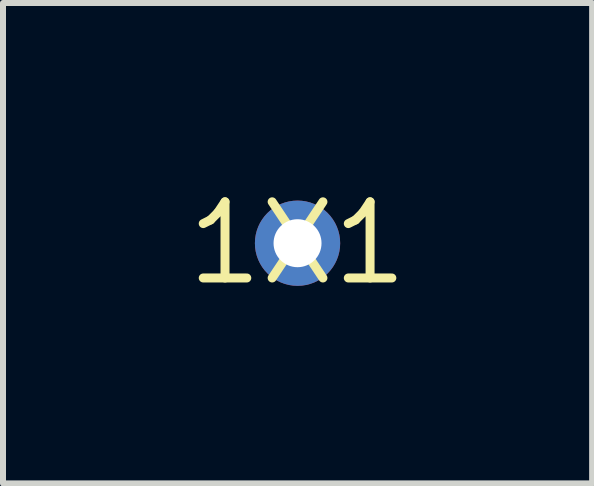
<source format=kicad_pcb>
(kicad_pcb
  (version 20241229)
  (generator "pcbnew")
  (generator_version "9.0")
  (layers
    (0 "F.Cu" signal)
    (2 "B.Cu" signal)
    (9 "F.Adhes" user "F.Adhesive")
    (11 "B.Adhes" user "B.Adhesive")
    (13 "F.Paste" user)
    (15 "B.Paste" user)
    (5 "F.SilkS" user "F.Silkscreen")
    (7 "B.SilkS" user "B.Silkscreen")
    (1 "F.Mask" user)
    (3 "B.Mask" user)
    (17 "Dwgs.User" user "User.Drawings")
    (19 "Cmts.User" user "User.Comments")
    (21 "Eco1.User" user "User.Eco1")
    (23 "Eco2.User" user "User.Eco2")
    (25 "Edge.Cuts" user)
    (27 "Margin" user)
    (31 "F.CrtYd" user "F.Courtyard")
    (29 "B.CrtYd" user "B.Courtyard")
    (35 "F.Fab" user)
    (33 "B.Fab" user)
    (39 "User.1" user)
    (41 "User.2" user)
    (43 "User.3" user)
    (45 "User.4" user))
  (footprint "1X1"
    (layer "F.Cu")
    (at 1.912 1.006)
    (property "Reference" "1X1" (at 0 0 0) (layer "F.SilkS") (effects (font (size 1.27 1.27) (thickness 0.15))))
    (fp_poly (pts (xy -0.254 0.254) (xy 0.254 0.254) (xy 0.254 -0.254) (xy -0.254 -0.254)) (stroke (width 0) (type solid)) (fill yes) (layer "F.Cu"))
    (pad "1" thru_hole circle (at 0 0) (size 1.422 1.422) (drill 0.8) (layers "*.Cu" "*.Mask")))
  (gr_rect
    (start -3 -3)
    (end 6.825 5.012)
    (stroke (width 0.1) (type default))
    (fill no)
    (layer "Edge.Cuts")))
</source>
